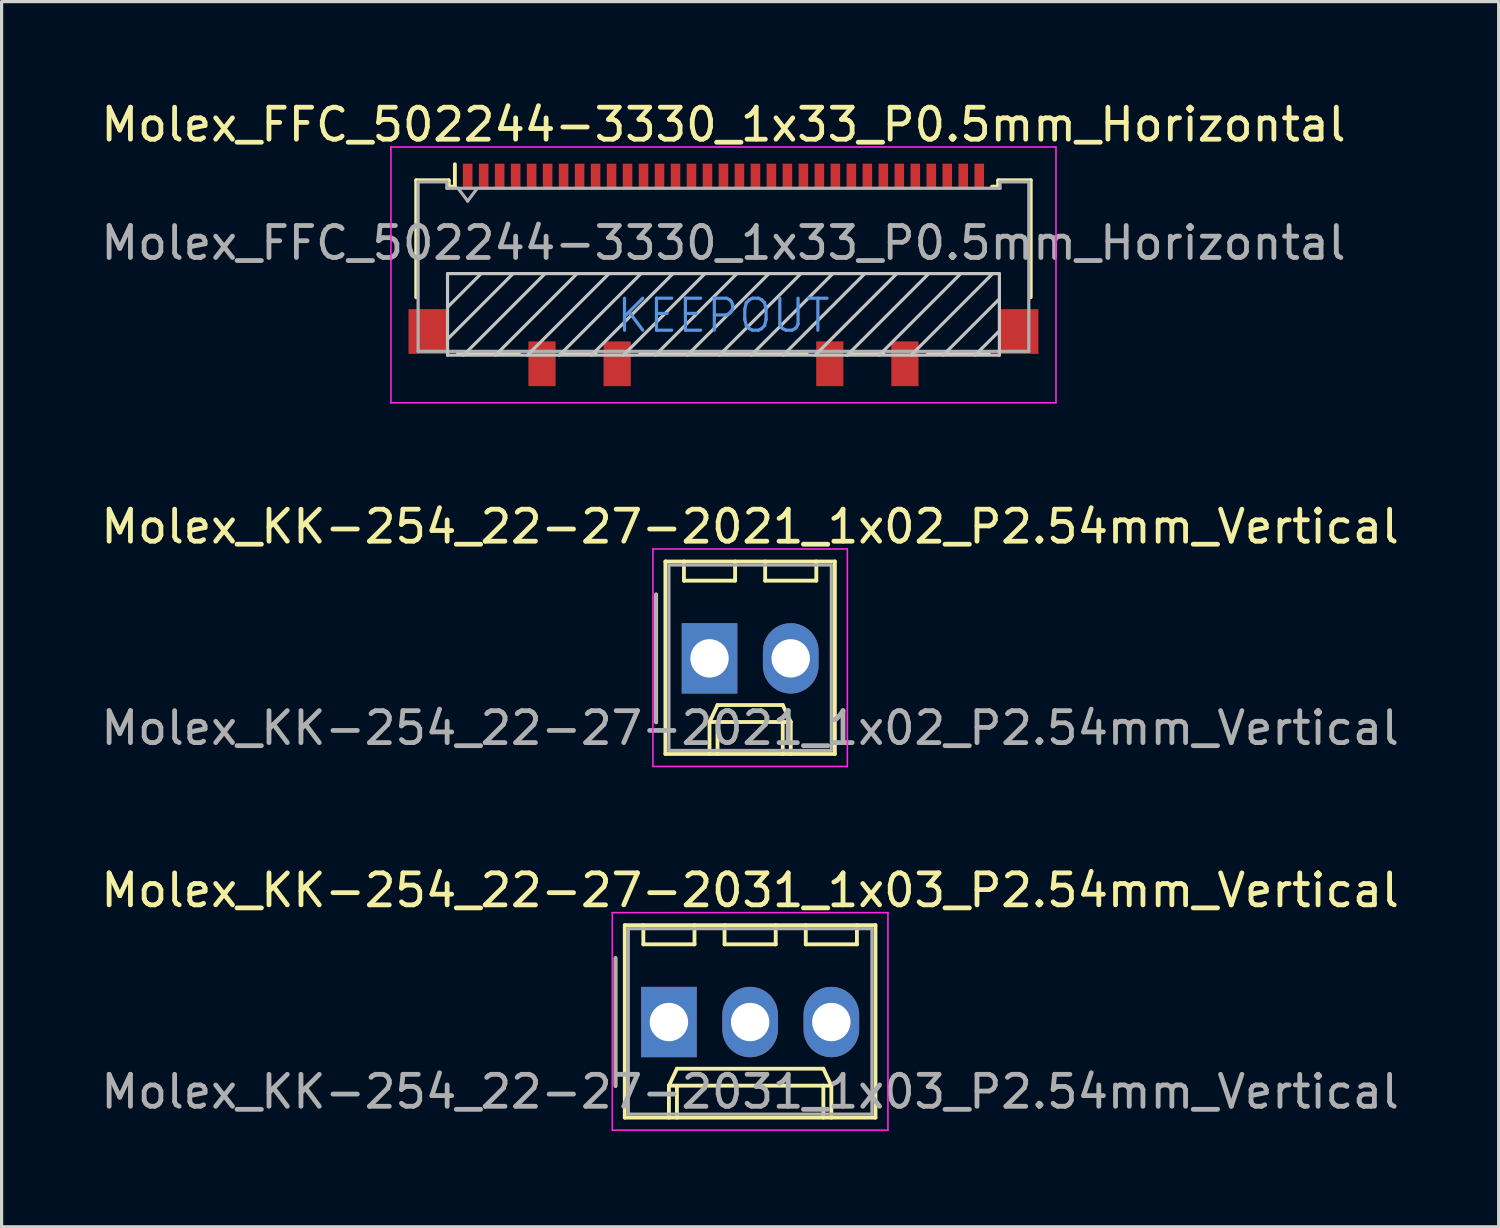
<source format=kicad_pcb>
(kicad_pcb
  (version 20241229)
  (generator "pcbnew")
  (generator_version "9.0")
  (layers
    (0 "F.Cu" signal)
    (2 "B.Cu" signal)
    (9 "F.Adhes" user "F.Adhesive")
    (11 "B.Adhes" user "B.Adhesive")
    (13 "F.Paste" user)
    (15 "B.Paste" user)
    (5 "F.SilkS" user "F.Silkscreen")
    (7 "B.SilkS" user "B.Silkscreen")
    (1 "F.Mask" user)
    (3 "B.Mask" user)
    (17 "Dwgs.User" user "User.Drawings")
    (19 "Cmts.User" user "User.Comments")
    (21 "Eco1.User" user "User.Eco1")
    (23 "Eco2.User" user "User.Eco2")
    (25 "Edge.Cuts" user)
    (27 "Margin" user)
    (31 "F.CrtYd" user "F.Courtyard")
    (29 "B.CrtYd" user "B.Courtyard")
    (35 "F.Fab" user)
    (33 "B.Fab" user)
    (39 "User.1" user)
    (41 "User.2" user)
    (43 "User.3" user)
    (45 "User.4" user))
  (footprint "Molex_FFC_502244-3330_1x33_P0.5mm_Horizontal"
    (layer "F.Cu")
    (at 19.577 5.548)
    (property "Reference" "Molex_FFC_502244-3330_1x33_P0.5mm_Horizontal" (at 0 -4.7 0) (layer "F.SilkS") (effects (font (size 1 1) (thickness 0.15))))
    (attr smd)
    (fp_line (start -9.61 -2.96) (end -8.6 -2.96) (stroke (width 0.12) (type solid)) (layer "F.SilkS"))
    (fp_line (start -9.61 0.7) (end -9.61 -2.96) (stroke (width 0.12) (type solid)) (layer "F.SilkS"))
    (fp_line (start -8.59 -2.76) (end -8.59 -2.96) (stroke (width 0.12) (type solid)) (layer "F.SilkS"))
    (fp_line (start -8.59 -2.76) (end -8.4 -2.76) (stroke (width 0.12) (type solid)) (layer "F.SilkS"))
    (fp_line (start -8.4 -2.76) (end -8.4 -3.46) (stroke (width 0.12) (type solid)) (layer "F.SilkS"))
    (fp_line (start -8.3 2.45) (end -6.4 2.45) (stroke (width 0.12) (type solid)) (layer "F.SilkS"))
    (fp_line (start -4 2.45) (end -5 2.45) (stroke (width 0.12) (type solid)) (layer "F.SilkS"))
    (fp_line (start -2.6 2.45) (end 2.6 2.45) (stroke (width 0.12) (type solid)) (layer "F.SilkS"))
    (fp_line (start 4 2.45) (end 5 2.45) (stroke (width 0.12) (type solid)) (layer "F.SilkS"))
    (fp_line (start 6.4 2.45) (end 8.3 2.45) (stroke (width 0.12) (type solid)) (layer "F.SilkS"))
    (fp_line (start 8.59 -2.96) (end 8.59 -2.76) (stroke (width 0.12) (type solid)) (layer "F.SilkS"))
    (fp_line (start 8.59 -2.76) (end 8.4 -2.76) (stroke (width 0.12) (type solid)) (layer "F.SilkS"))
    (fp_line (start 8.6 -2.96) (end 9.61 -2.96) (stroke (width 0.12) (type solid)) (layer "F.SilkS"))
    (fp_line (start 9.61 -2.96) (end 9.61 0.7) (stroke (width 0.12) (type solid)) (layer "F.SilkS"))
    (fp_line (start -8.63 -0.04) (end -8.63 2.51) (stroke (width 0.1) (type solid)) (layer "Dwgs.User"))
    (fp_line (start -8.63 1.01) (end -7.58 -0.04) (stroke (width 0.1) (type solid)) (layer "Dwgs.User"))
    (fp_line (start -8.63 2.01) (end -6.58 -0.04) (stroke (width 0.1) (type solid)) (layer "Dwgs.User"))
    (fp_line (start -8.63 2.51) (end 8.63 2.51) (stroke (width 0.1) (type solid)) (layer "Dwgs.User"))
    (fp_line (start -8.13 2.51) (end -5.58 -0.04) (stroke (width 0.1) (type solid)) (layer "Dwgs.User"))
    (fp_line (start -7.13 2.51) (end -4.58 -0.04) (stroke (width 0.1) (type solid)) (layer "Dwgs.User"))
    (fp_line (start -6.13 2.51) (end -3.58 -0.04) (stroke (width 0.1) (type solid)) (layer "Dwgs.User"))
    (fp_line (start -5.13 2.51) (end -2.58 -0.04) (stroke (width 0.1) (type solid)) (layer "Dwgs.User"))
    (fp_line (start -4.13 2.51) (end -1.58 -0.04) (stroke (width 0.1) (type solid)) (layer "Dwgs.User"))
    (fp_line (start -3.13 2.51) (end -0.58 -0.04) (stroke (width 0.1) (type solid)) (layer "Dwgs.User"))
    (fp_line (start -2.13 2.51) (end 0.42 -0.04) (stroke (width 0.1) (type solid)) (layer "Dwgs.User"))
    (fp_line (start -1.13 2.51) (end 1.42 -0.04) (stroke (width 0.1) (type solid)) (layer "Dwgs.User"))
    (fp_line (start -0.13 2.51) (end 2.42 -0.04) (stroke (width 0.1) (type solid)) (layer "Dwgs.User"))
    (fp_line (start 0.87 2.51) (end 3.42 -0.04) (stroke (width 0.1) (type solid)) (layer "Dwgs.User"))
    (fp_line (start 1.87 2.51) (end 4.42 -0.04) (stroke (width 0.1) (type solid)) (layer "Dwgs.User"))
    (fp_line (start 2.87 2.51) (end 5.42 -0.04) (stroke (width 0.1) (type solid)) (layer "Dwgs.User"))
    (fp_line (start 3.87 2.51) (end 6.42 -0.04) (stroke (width 0.1) (type solid)) (layer "Dwgs.User"))
    (fp_line (start 4.87 2.51) (end 7.42 -0.04) (stroke (width 0.1) (type solid)) (layer "Dwgs.User"))
    (fp_line (start 5.87 2.51) (end 8.42 -0.04) (stroke (width 0.1) (type solid)) (layer "Dwgs.User"))
    (fp_line (start 6.87 2.51) (end 8.63 0.75) (stroke (width 0.1) (type solid)) (layer "Dwgs.User"))
    (fp_line (start 7.87 2.51) (end 8.63 1.75) (stroke (width 0.1) (type solid)) (layer "Dwgs.User"))
    (fp_line (start 8.63 -0.04) (end -8.63 -0.04) (stroke (width 0.1) (type solid)) (layer "Dwgs.User"))
    (fp_line (start 8.63 -0.04) (end 8.63 2.51) (stroke (width 0.1) (type solid)) (layer "Dwgs.User"))
    (fp_line (start -10.4 -4) (end 10.4 -4) (stroke (width 0.05) (type solid)) (layer "F.CrtYd"))
    (fp_line (start -10.4 4) (end -10.4 -4) (stroke (width 0.05) (type solid)) (layer "F.CrtYd"))
    (fp_line (start 10.4 -4) (end 10.4 4) (stroke (width 0.05) (type solid)) (layer "F.CrtYd"))
    (fp_line (start 10.4 4) (end -10.4 4) (stroke (width 0.05) (type solid)) (layer "F.CrtYd"))
    (fp_line (start -9.55 -2.91) (end -9.55 2.39) (stroke (width 0.1) (type solid)) (layer "F.Fab"))
    (fp_line (start -9.55 2.39) (end 9.55 2.39) (stroke (width 0.1) (type solid)) (layer "F.Fab"))
    (fp_line (start -8.65 -2.91) (end -9.55 -2.91) (stroke (width 0.1) (type solid)) (layer "F.Fab"))
    (fp_line (start -8.65 -2.71) (end -8.65 -2.91) (stroke (width 0.1) (type solid)) (layer "F.Fab"))
    (fp_line (start -8.3 -2.71) (end -8 -2.31) (stroke (width 0.1) (type solid)) (layer "F.Fab"))
    (fp_line (start -8 -2.31) (end -7.7 -2.71) (stroke (width 0.1) (type solid)) (layer "F.Fab"))
    (fp_line (start 8.65 -2.91) (end 8.65 -2.71) (stroke (width 0.1) (type solid)) (layer "F.Fab"))
    (fp_line (start 8.65 -2.71) (end -8.65 -2.71) (stroke (width 0.1) (type solid)) (layer "F.Fab"))
    (fp_line (start 9.55 -2.91) (end 8.65 -2.91) (stroke (width 0.1) (type solid)) (layer "F.Fab"))
    (fp_line (start 9.55 -2.91) (end 9.55 2.39) (stroke (width 0.1) (type solid)) (layer "F.Fab"))
    (fp_text user "KEEPOUT" (at 0 1.271 0) (layer "Cmts.User") (effects (font (size 1 1) (thickness 0.1))))
    (fp_text user "${REFERENCE}" (at 0 -1 0) (layer "F.Fab") (effects (font (size 1 1) (thickness 0.15))))
    (pad "" smd rect (at -9.24 1.77) (size 1.22 1.4) (layers "F.Cu" "F.Mask" "F.Paste"))
    (pad "" smd rect (at -5.675 2.78) (size 0.85 1.4) (layers "F.Cu" "F.Mask" "F.Paste"))
    (pad "" smd rect (at -3.325 2.78) (size 0.85 1.4) (layers "F.Cu" "F.Mask" "F.Paste"))
    (pad "" smd rect (at 3.325 2.78) (size 0.85 1.4) (layers "F.Cu" "F.Mask" "F.Paste"))
    (pad "" smd rect (at 5.675 2.78) (size 0.85 1.4) (layers "F.Cu" "F.Mask" "F.Paste"))
    (pad "" smd rect (at 9.24 1.77) (size 1.22 1.4) (layers "F.Cu" "F.Mask" "F.Paste"))
    (pad "1" smd rect (at -8 -3.08) (size 0.3 0.8) (layers "F.Cu" "F.Mask" "F.Paste"))
    (pad "2" smd rect (at -7.5 -3.08) (size 0.3 0.8) (layers "F.Cu" "F.Mask" "F.Paste"))
    (pad "3" smd rect (at -7 -3.08) (size 0.3 0.8) (layers "F.Cu" "F.Mask" "F.Paste"))
    (pad "4" smd rect (at -6.5 -3.08) (size 0.3 0.8) (layers "F.Cu" "F.Mask" "F.Paste"))
    (pad "5" smd rect (at -6 -3.08) (size 0.3 0.8) (layers "F.Cu" "F.Mask" "F.Paste"))
    (pad "6" smd rect (at -5.5 -3.08) (size 0.3 0.8) (layers "F.Cu" "F.Mask" "F.Paste"))
    (pad "7" smd rect (at -5 -3.08) (size 0.3 0.8) (layers "F.Cu" "F.Mask" "F.Paste"))
    (pad "8" smd rect (at -4.5 -3.08) (size 0.3 0.8) (layers "F.Cu" "F.Mask" "F.Paste"))
    (pad "9" smd rect (at -4 -3.08) (size 0.3 0.8) (layers "F.Cu" "F.Mask" "F.Paste"))
    (pad "10" smd rect (at -3.5 -3.08) (size 0.3 0.8) (layers "F.Cu" "F.Mask" "F.Paste"))
    (pad "11" smd rect (at -3 -3.08) (size 0.3 0.8) (layers "F.Cu" "F.Mask" "F.Paste"))
    (pad "12" smd rect (at -2.5 -3.08) (size 0.3 0.8) (layers "F.Cu" "F.Mask" "F.Paste"))
    (pad "13" smd rect (at -2 -3.08) (size 0.3 0.8) (layers "F.Cu" "F.Mask" "F.Paste"))
    (pad "14" smd rect (at -1.5 -3.08) (size 0.3 0.8) (layers "F.Cu" "F.Mask" "F.Paste"))
    (pad "15" smd rect (at -1 -3.08) (size 0.3 0.8) (layers "F.Cu" "F.Mask" "F.Paste"))
    (pad "16" smd rect (at -0.5 -3.08) (size 0.3 0.8) (layers "F.Cu" "F.Mask" "F.Paste"))
    (pad "17" smd rect (at 0 -3.08) (size 0.3 0.8) (layers "F.Cu" "F.Mask" "F.Paste"))
    (pad "18" smd rect (at 0.5 -3.08) (size 0.3 0.8) (layers "F.Cu" "F.Mask" "F.Paste"))
    (pad "19" smd rect (at 1 -3.08) (size 0.3 0.8) (layers "F.Cu" "F.Mask" "F.Paste"))
    (pad "20" smd rect (at 1.5 -3.08) (size 0.3 0.8) (layers "F.Cu" "F.Mask" "F.Paste"))
    (pad "21" smd rect (at 2 -3.08) (size 0.3 0.8) (layers "F.Cu" "F.Mask" "F.Paste"))
    (pad "22" smd rect (at 2.5 -3.08) (size 0.3 0.8) (layers "F.Cu" "F.Mask" "F.Paste"))
    (pad "23" smd rect (at 3 -3.08) (size 0.3 0.8) (layers "F.Cu" "F.Mask" "F.Paste"))
    (pad "24" smd rect (at 3.5 -3.08) (size 0.3 0.8) (layers "F.Cu" "F.Mask" "F.Paste"))
    (pad "25" smd rect (at 4 -3.08) (size 0.3 0.8) (layers "F.Cu" "F.Mask" "F.Paste"))
    (pad "26" smd rect (at 4.5 -3.08) (size 0.3 0.8) (layers "F.Cu" "F.Mask" "F.Paste"))
    (pad "27" smd rect (at 5 -3.08) (size 0.3 0.8) (layers "F.Cu" "F.Mask" "F.Paste"))
    (pad "28" smd rect (at 5.5 -3.08) (size 0.3 0.8) (layers "F.Cu" "F.Mask" "F.Paste"))
    (pad "29" smd rect (at 6 -3.08) (size 0.3 0.8) (layers "F.Cu" "F.Mask" "F.Paste"))
    (pad "30" smd rect (at 6.5 -3.08) (size 0.3 0.8) (layers "F.Cu" "F.Mask" "F.Paste"))
    (pad "31" smd rect (at 7 -3.08) (size 0.3 0.8) (layers "F.Cu" "F.Mask" "F.Paste"))
    (pad "32" smd rect (at 7.5 -3.08) (size 0.3 0.8) (layers "F.Cu" "F.Mask" "F.Paste"))
    (pad "33" smd rect (at 8 -3.08) (size 0.3 0.8) (layers "F.Cu" "F.Mask" "F.Paste")))
  (footprint "Molex_KK-254_22-27-2031_1x03_P2.54mm_Vertical"
    (layer "F.Cu")
    (at 17.871 28.915)
    (property "Reference" "Molex_KK-254_22-27-2031_1x03_P2.54mm_Vertical" (at 2.54 -4.12 0) (layer "F.SilkS") (effects (font (size 1 1) (thickness 0.15))))
    (attr through_hole)
    (fp_line (start -1.67 -2) (end -1.67 2) (stroke (width 0.12) (type solid)) (layer "F.SilkS"))
    (fp_line (start -1.38 -3.03) (end -1.38 2.99) (stroke (width 0.12) (type solid)) (layer "F.SilkS"))
    (fp_line (start -1.38 2.99) (end 6.46 2.99) (stroke (width 0.12) (type solid)) (layer "F.SilkS"))
    (fp_line (start -0.8 -3.03) (end -0.8 -2.43) (stroke (width 0.12) (type solid)) (layer "F.SilkS"))
    (fp_line (start -0.8 -2.43) (end 0.8 -2.43) (stroke (width 0.12) (type solid)) (layer "F.SilkS"))
    (fp_line (start 0 1.99) (end 0.25 1.46) (stroke (width 0.12) (type solid)) (layer "F.SilkS"))
    (fp_line (start 0 1.99) (end 5.08 1.99) (stroke (width 0.12) (type solid)) (layer "F.SilkS"))
    (fp_line (start 0 2.99) (end 0 1.99) (stroke (width 0.12) (type solid)) (layer "F.SilkS"))
    (fp_line (start 0.25 1.46) (end 4.83 1.46) (stroke (width 0.12) (type solid)) (layer "F.SilkS"))
    (fp_line (start 0.25 2.99) (end 0.25 1.99) (stroke (width 0.12) (type solid)) (layer "F.SilkS"))
    (fp_line (start 0.8 -2.43) (end 0.8 -3.03) (stroke (width 0.12) (type solid)) (layer "F.SilkS"))
    (fp_line (start 1.74 -3.03) (end 1.74 -2.43) (stroke (width 0.12) (type solid)) (layer "F.SilkS"))
    (fp_line (start 1.74 -2.43) (end 3.34 -2.43) (stroke (width 0.12) (type solid)) (layer "F.SilkS"))
    (fp_line (start 3.34 -2.43) (end 3.34 -3.03) (stroke (width 0.12) (type solid)) (layer "F.SilkS"))
    (fp_line (start 4.28 -3.03) (end 4.28 -2.43) (stroke (width 0.12) (type solid)) (layer "F.SilkS"))
    (fp_line (start 4.28 -2.43) (end 5.88 -2.43) (stroke (width 0.12) (type solid)) (layer "F.SilkS"))
    (fp_line (start 4.83 1.46) (end 5.08 1.99) (stroke (width 0.12) (type solid)) (layer "F.SilkS"))
    (fp_line (start 4.83 2.99) (end 4.83 1.99) (stroke (width 0.12) (type solid)) (layer "F.SilkS"))
    (fp_line (start 5.08 1.99) (end 5.08 2.99) (stroke (width 0.12) (type solid)) (layer "F.SilkS"))
    (fp_line (start 5.88 -2.43) (end 5.88 -3.03) (stroke (width 0.12) (type solid)) (layer "F.SilkS"))
    (fp_line (start 6.46 -3.03) (end -1.38 -3.03) (stroke (width 0.12) (type solid)) (layer "F.SilkS"))
    (fp_line (start 6.46 2.99) (end 6.46 -3.03) (stroke (width 0.12) (type solid)) (layer "F.SilkS"))
    (fp_line (start -1.77 -3.42) (end -1.77 3.38) (stroke (width 0.05) (type solid)) (layer "F.CrtYd"))
    (fp_line (start -1.77 3.38) (end 6.85 3.38) (stroke (width 0.05) (type solid)) (layer "F.CrtYd"))
    (fp_line (start 6.85 -3.42) (end -1.77 -3.42) (stroke (width 0.05) (type solid)) (layer "F.CrtYd"))
    (fp_line (start 6.85 3.38) (end 6.85 -3.42) (stroke (width 0.05) (type solid)) (layer "F.CrtYd"))
    (fp_line (start -1.67 -2) (end -1.67 2) (stroke (width 0.1) (type solid)) (layer "F.Fab"))
    (fp_line (start -1.27 -2.92) (end -1.27 2.88) (stroke (width 0.1) (type solid)) (layer "F.Fab"))
    (fp_line (start -1.27 2.88) (end 6.35 2.88) (stroke (width 0.1) (type solid)) (layer "F.Fab"))
    (fp_line (start 6.35 -2.92) (end -1.27 -2.92) (stroke (width 0.1) (type solid)) (layer "F.Fab"))
    (fp_line (start 6.35 2.88) (end 6.35 -2.92) (stroke (width 0.1) (type solid)) (layer "F.Fab"))
    (fp_text user "${REFERENCE}" (at 2.54 2.18 0) (layer "F.Fab") (effects (font (size 1 1) (thickness 0.15))))
    (pad "1" thru_hole rect (at 0 0) (size 1.74 2.2) (drill 1.2) (layers "*.Cu" "*.Mask"))
    (pad "2" thru_hole oval (at 2.54 0) (size 1.74 2.2) (drill 1.2) (layers "*.Cu" "*.Mask"))
    (pad "3" thru_hole oval (at 5.08 0) (size 1.74 2.2) (drill 1.2) (layers "*.Cu" "*.Mask")))
  (footprint "Molex_KK-254_22-27-2021_1x02_P2.54mm_Vertical"
    (layer "F.Cu")
    (at 19.141 17.541)
    (property "Reference" "Molex_KK-254_22-27-2021_1x02_P2.54mm_Vertical" (at 1.27 -4.12 0) (layer "F.SilkS") (effects (font (size 1 1) (thickness 0.15))))
    (attr through_hole)
    (fp_line (start -1.67 -2) (end -1.67 2) (stroke (width 0.12) (type solid)) (layer "F.SilkS"))
    (fp_line (start -1.38 -3.03) (end -1.38 2.99) (stroke (width 0.12) (type solid)) (layer "F.SilkS"))
    (fp_line (start -1.38 2.99) (end 3.92 2.99) (stroke (width 0.12) (type solid)) (layer "F.SilkS"))
    (fp_line (start -0.8 -3.03) (end -0.8 -2.43) (stroke (width 0.12) (type solid)) (layer "F.SilkS"))
    (fp_line (start -0.8 -2.43) (end 0.8 -2.43) (stroke (width 0.12) (type solid)) (layer "F.SilkS"))
    (fp_line (start 0 1.99) (end 0.25 1.46) (stroke (width 0.12) (type solid)) (layer "F.SilkS"))
    (fp_line (start 0 1.99) (end 2.54 1.99) (stroke (width 0.12) (type solid)) (layer "F.SilkS"))
    (fp_line (start 0 2.99) (end 0 1.99) (stroke (width 0.12) (type solid)) (layer "F.SilkS"))
    (fp_line (start 0.25 1.46) (end 2.29 1.46) (stroke (width 0.12) (type solid)) (layer "F.SilkS"))
    (fp_line (start 0.25 2.99) (end 0.25 1.99) (stroke (width 0.12) (type solid)) (layer "F.SilkS"))
    (fp_line (start 0.8 -2.43) (end 0.8 -3.03) (stroke (width 0.12) (type solid)) (layer "F.SilkS"))
    (fp_line (start 1.74 -3.03) (end 1.74 -2.43) (stroke (width 0.12) (type solid)) (layer "F.SilkS"))
    (fp_line (start 1.74 -2.43) (end 3.34 -2.43) (stroke (width 0.12) (type solid)) (layer "F.SilkS"))
    (fp_line (start 2.29 1.46) (end 2.54 1.99) (stroke (width 0.12) (type solid)) (layer "F.SilkS"))
    (fp_line (start 2.29 2.99) (end 2.29 1.99) (stroke (width 0.12) (type solid)) (layer "F.SilkS"))
    (fp_line (start 2.54 1.99) (end 2.54 2.99) (stroke (width 0.12) (type solid)) (layer "F.SilkS"))
    (fp_line (start 3.34 -2.43) (end 3.34 -3.03) (stroke (width 0.12) (type solid)) (layer "F.SilkS"))
    (fp_line (start 3.92 -3.03) (end -1.38 -3.03) (stroke (width 0.12) (type solid)) (layer "F.SilkS"))
    (fp_line (start 3.92 2.99) (end 3.92 -3.03) (stroke (width 0.12) (type solid)) (layer "F.SilkS"))
    (fp_line (start -1.77 -3.42) (end -1.77 3.38) (stroke (width 0.05) (type solid)) (layer "F.CrtYd"))
    (fp_line (start -1.77 3.38) (end 4.31 3.38) (stroke (width 0.05) (type solid)) (layer "F.CrtYd"))
    (fp_line (start 4.31 -3.42) (end -1.77 -3.42) (stroke (width 0.05) (type solid)) (layer "F.CrtYd"))
    (fp_line (start 4.31 3.38) (end 4.31 -3.42) (stroke (width 0.05) (type solid)) (layer "F.CrtYd"))
    (fp_line (start -1.67 -2) (end -1.67 2) (stroke (width 0.1) (type solid)) (layer "F.Fab"))
    (fp_line (start -1.27 -2.92) (end -1.27 2.88) (stroke (width 0.1) (type solid)) (layer "F.Fab"))
    (fp_line (start -1.27 2.88) (end 3.81 2.88) (stroke (width 0.1) (type solid)) (layer "F.Fab"))
    (fp_line (start 3.81 -2.92) (end -1.27 -2.92) (stroke (width 0.1) (type solid)) (layer "F.Fab"))
    (fp_line (start 3.81 2.88) (end 3.81 -2.92) (stroke (width 0.1) (type solid)) (layer "F.Fab"))
    (fp_text user "${REFERENCE}" (at 1.27 2.18 0) (layer "F.Fab") (effects (font (size 1 1) (thickness 0.15))))
    (pad "1" thru_hole rect (at 0 0) (size 1.74 2.2) (drill 1.2) (layers "*.Cu" "*.Mask"))
    (pad "2" thru_hole oval (at 2.54 0) (size 1.74 2.2) (drill 1.2) (layers "*.Cu" "*.Mask")))
  (gr_rect
    (start -3 -3)
    (end 43.821 35.32)
    (stroke (width 0.1) (type default))
    (fill no)
    (layer "Edge.Cuts")))
</source>
